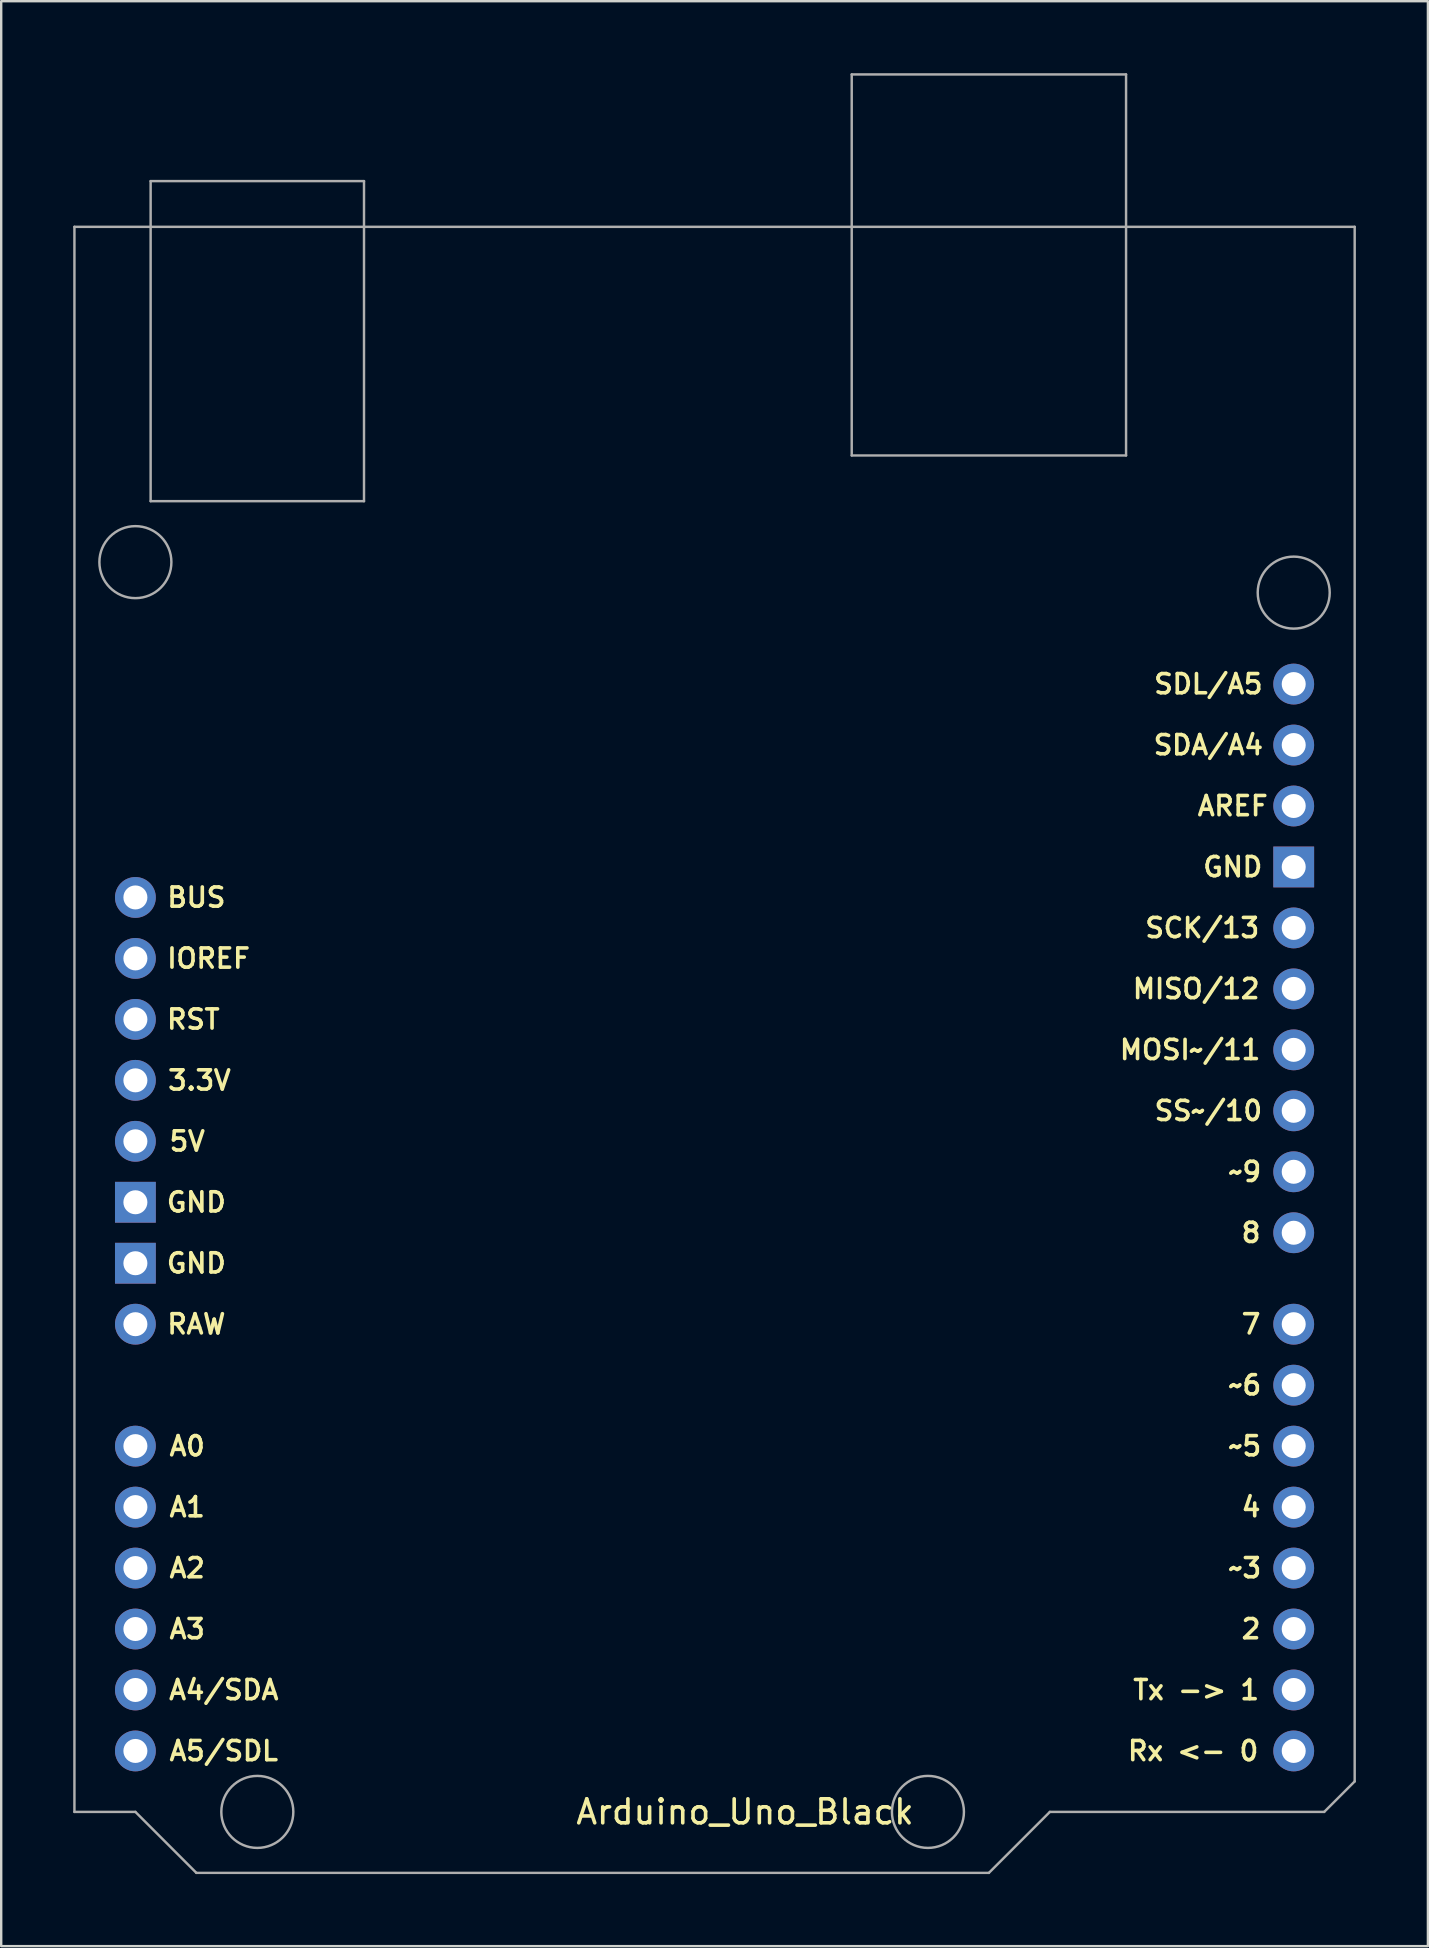
<source format=kicad_pcb>
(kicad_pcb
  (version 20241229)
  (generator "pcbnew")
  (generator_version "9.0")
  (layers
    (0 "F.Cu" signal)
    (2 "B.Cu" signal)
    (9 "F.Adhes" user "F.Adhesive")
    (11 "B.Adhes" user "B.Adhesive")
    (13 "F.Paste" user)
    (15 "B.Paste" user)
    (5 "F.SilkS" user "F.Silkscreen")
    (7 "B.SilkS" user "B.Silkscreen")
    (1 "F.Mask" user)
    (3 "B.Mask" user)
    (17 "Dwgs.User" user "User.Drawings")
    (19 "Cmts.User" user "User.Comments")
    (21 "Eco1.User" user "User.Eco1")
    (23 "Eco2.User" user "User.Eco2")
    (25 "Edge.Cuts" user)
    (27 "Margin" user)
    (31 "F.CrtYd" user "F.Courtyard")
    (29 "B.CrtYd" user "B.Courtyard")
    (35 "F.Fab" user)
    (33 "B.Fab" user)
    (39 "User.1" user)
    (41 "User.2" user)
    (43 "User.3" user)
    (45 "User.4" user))
  (footprint "Arduino_Uno_Black"
    (layer "F.Cu")
    (at 27.991 39.421)
    (property "Reference" "Arduino_Uno_Black" (at 0 33.02 0) (layer "F.SilkS") (effects (font (size 1 1) (thickness 0.15))))
    (attr through_hole)
    (fp_line (start -27.94 -33.02) (end -27.94 33.02) (stroke (width 0.102) (type solid)) (layer "F.Fab"))
    (fp_line (start -27.94 33.02) (end -25.4 33.02) (stroke (width 0.102) (type solid)) (layer "F.Fab"))
    (fp_line (start -25.4 33.02) (end -22.86 35.56) (stroke (width 0.102) (type solid)) (layer "F.Fab"))
    (fp_line (start -24.765 -34.925) (end -24.765 -21.59) (stroke (width 0.102) (type solid)) (layer "F.Fab"))
    (fp_line (start -24.765 -34.925) (end -15.875 -34.925) (stroke (width 0.102) (type solid)) (layer "F.Fab"))
    (fp_line (start -24.765 -21.59) (end -15.875 -21.59) (stroke (width 0.102) (type solid)) (layer "F.Fab"))
    (fp_line (start -22.86 35.56) (end 10.16 35.56) (stroke (width 0.102) (type solid)) (layer "F.Fab"))
    (fp_line (start -15.875 -34.925) (end -15.875 -21.59) (stroke (width 0.102) (type solid)) (layer "F.Fab"))
    (fp_line (start 4.445 -39.37) (end 4.445 -23.495) (stroke (width 0.102) (type solid)) (layer "F.Fab"))
    (fp_line (start 4.445 -39.37) (end 15.875 -39.37) (stroke (width 0.102) (type solid)) (layer "F.Fab"))
    (fp_line (start 4.445 -23.495) (end 15.875 -23.495) (stroke (width 0.102) (type solid)) (layer "F.Fab"))
    (fp_line (start 10.16 35.56) (end 12.7 33.02) (stroke (width 0.102) (type solid)) (layer "F.Fab"))
    (fp_line (start 12.7 33.02) (end 24.13 33.02) (stroke (width 0.102) (type solid)) (layer "F.Fab"))
    (fp_line (start 15.875 -39.37) (end 15.875 -23.495) (stroke (width 0.102) (type solid)) (layer "F.Fab"))
    (fp_line (start 24.13 33.02) (end 25.4 31.75) (stroke (width 0.102) (type solid)) (layer "F.Fab"))
    (fp_line (start 25.4 -33.02) (end -27.94 -33.02) (stroke (width 0.102) (type solid)) (layer "F.Fab"))
    (fp_line (start 25.4 31.75) (end 25.4 -33.02) (stroke (width 0.102) (type solid)) (layer "F.Fab"))
    (fp_circle (center -25.4 -19.05) (end -25.4 -17.55) (stroke (width 0.102) (type solid)) (fill no) (layer "F.Fab"))
    (fp_circle (center -20.32 33.02) (end -20.32 34.52) (stroke (width 0.102) (type solid)) (fill no) (layer "F.Fab"))
    (fp_circle (center 7.62 33.02) (end 7.62 34.52) (stroke (width 0.102) (type solid)) (fill no) (layer "F.Fab"))
    (fp_circle (center 22.86 -17.78) (end 22.86 -16.28) (stroke (width 0.102) (type solid)) (fill no) (layer "F.Fab"))
    (fp_text user "SCK/13" (at 19.05 -3.81 0) (layer "F.SilkS") (effects (font (size 0.8 0.8) (thickness 0.15))))
    (fp_text user "GND" (at -22.86 7.62 0) (layer "F.SilkS") (effects (font (size 0.8 0.8) (thickness 0.15))))
    (fp_text user "A4/SDA" (at -21.717 27.94 0) (layer "F.SilkS") (effects (font (size 0.8 0.8) (thickness 0.15))))
    (fp_text user "MOSI~/11" (at 18.542 1.27 0) (layer "F.SilkS") (effects (font (size 0.8 0.8) (thickness 0.15))))
    (fp_text user "8" (at 21.082 8.89 0) (layer "F.SilkS") (effects (font (size 0.8 0.8) (thickness 0.15))))
    (fp_text user "~5" (at 20.828 17.78 0) (layer "F.SilkS") (effects (font (size 0.8 0.8) (thickness 0.15))))
    (fp_text user "~9" (at 20.828 6.35 0) (layer "F.SilkS") (effects (font (size 0.8 0.8) (thickness 0.15))))
    (fp_text user "GND" (at -22.86 10.16 0) (layer "F.SilkS") (effects (font (size 0.8 0.8) (thickness 0.15))))
    (fp_text user "2" (at 21.082 25.4 0) (layer "F.SilkS") (effects (font (size 0.8 0.8) (thickness 0.15))))
    (fp_text user "IOREF" (at -22.352 -2.54 0) (layer "F.SilkS") (effects (font (size 0.8 0.8) (thickness 0.15))))
    (fp_text user "4" (at 21.082 20.32 0) (layer "F.SilkS") (effects (font (size 0.8 0.8) (thickness 0.15))))
    (fp_text user "SDL/A5" (at 19.304 -13.97 0) (layer "F.SilkS") (effects (font (size 0.8 0.8) (thickness 0.15))))
    (fp_text user "SDA/A4" (at 19.304 -11.43 0) (layer "F.SilkS") (effects (font (size 0.8 0.8) (thickness 0.15))))
    (fp_text user "7" (at 21.082 12.7 0) (layer "F.SilkS") (effects (font (size 0.8 0.8) (thickness 0.15))))
    (fp_text user "RST" (at -22.987 0 0) (layer "F.SilkS") (effects (font (size 0.8 0.8) (thickness 0.15))))
    (fp_text user "Tx -> 1" (at 18.796 27.94 0) (layer "F.SilkS") (effects (font (size 0.8 0.8) (thickness 0.15))))
    (fp_text user "A2" (at -23.241 22.86 0) (layer "F.SilkS") (effects (font (size 0.8 0.8) (thickness 0.15))))
    (fp_text user "5V" (at -23.241 5.08 0) (layer "F.SilkS") (effects (font (size 0.8 0.8) (thickness 0.15))))
    (fp_text user "3.3V" (at -22.733 2.54 0) (layer "F.SilkS") (effects (font (size 0.8 0.8) (thickness 0.15))))
    (fp_text user "A1" (at -23.241 20.32 0) (layer "F.SilkS") (effects (font (size 0.8 0.8) (thickness 0.15))))
    (fp_text user "SS~/10" (at 19.304 3.81 0) (layer "F.SilkS") (effects (font (size 0.8 0.8) (thickness 0.15))))
    (fp_text user "AREF" (at 20.32 -8.89 0) (layer "F.SilkS") (effects (font (size 0.8 0.8) (thickness 0.15))))
    (fp_text user "MISO/12" (at 18.796 -1.27 0) (layer "F.SilkS") (effects (font (size 0.8 0.8) (thickness 0.15))))
    (fp_text user "A3" (at -23.241 25.4 0) (layer "F.SilkS") (effects (font (size 0.8 0.8) (thickness 0.15))))
    (fp_text user "RAW" (at -22.86 12.7 0) (layer "F.SilkS") (effects (font (size 0.8 0.8) (thickness 0.15))))
    (fp_text user "A0" (at -23.241 17.78 0) (layer "F.SilkS") (effects (font (size 0.8 0.8) (thickness 0.15))))
    (fp_text user "~6" (at 20.828 15.24 0) (layer "F.SilkS") (effects (font (size 0.8 0.8) (thickness 0.15))))
    (fp_text user "~3" (at 20.828 22.86 0) (layer "F.SilkS") (effects (font (size 0.8 0.8) (thickness 0.15))))
    (fp_text user "A5/SDL" (at -21.717 30.48 0) (layer "F.SilkS") (effects (font (size 0.8 0.8) (thickness 0.15))))
    (fp_text user "GND" (at 20.32 -6.35 0) (layer "F.SilkS") (effects (font (size 0.8 0.8) (thickness 0.15))))
    (fp_text user "Rx <- 0" (at 18.669 30.48 0) (layer "F.SilkS") (effects (font (size 0.8 0.8) (thickness 0.15))))
    (fp_text user "BUS" (at -22.86 -5.08 0) (layer "F.SilkS") (effects (font (size 0.8 0.8) (thickness 0.15))))
    (pad "1" thru_hole circle (at 22.86 22.86 270) (size 1.7 1.7) (drill 1) (layers "*.Cu" "*.Mask"))
    (pad "2" thru_hole circle (at 22.86 20.32 270) (size 1.7 1.7) (drill 1) (layers "*.Cu" "*.Mask"))
    (pad "3" thru_hole rect (at -25.4 7.62 270) (size 1.7 1.7) (drill 1) (layers "*.Cu" "*.Mask"))
    (pad "5" thru_hole rect (at -25.4 10.16 270) (size 1.7 1.7) (drill 1) (layers "*.Cu" "*.Mask"))
    (pad "6" thru_hole circle (at -25.4 5.08 270) (size 1.7 1.7) (drill 1) (layers "*.Cu" "*.Mask"))
    (pad "9" thru_hole circle (at 22.86 17.78 270) (size 1.7 1.7) (drill 1) (layers "*.Cu" "*.Mask"))
    (pad "10" thru_hole circle (at 22.86 15.24 270) (size 1.7 1.7) (drill 1) (layers "*.Cu" "*.Mask"))
    (pad "11" thru_hole circle (at 22.86 12.7 270) (size 1.7 1.7) (drill 1) (layers "*.Cu" "*.Mask"))
    (pad "12" thru_hole circle (at 22.86 8.89 270) (size 1.7 1.7) (drill 1) (layers "*.Cu" "*.Mask"))
    (pad "13" thru_hole circle (at 22.86 6.35 270) (size 1.7 1.7) (drill 1) (layers "*.Cu" "*.Mask"))
    (pad "14" thru_hole circle (at 22.86 3.81 270) (size 1.7 1.7) (drill 1) (layers "*.Cu" "*.Mask"))
    (pad "15" thru_hole circle (at 22.86 1.27 270) (size 1.7 1.7) (drill 1) (layers "*.Cu" "*.Mask"))
    (pad "16" thru_hole circle (at 22.86 -1.27 270) (size 1.7 1.7) (drill 1) (layers "*.Cu" "*.Mask"))
    (pad "17" thru_hole circle (at 22.86 -3.81 270) (size 1.7 1.7) (drill 1) (layers "*.Cu" "*.Mask"))
    (pad "20" thru_hole circle (at 22.86 -8.89 270) (size 1.7 1.7) (drill 1) (layers "*.Cu" "*.Mask"))
    (pad "21" thru_hole rect (at 22.86 -6.35 270) (size 1.7 1.7) (drill 1) (layers "*.Cu" "*.Mask"))
    (pad "23" thru_hole circle (at -25.4 17.78 270) (size 1.7 1.7) (drill 1) (layers "*.Cu" "*.Mask"))
    (pad "24" thru_hole circle (at -25.4 20.32 270) (size 1.7 1.7) (drill 1) (layers "*.Cu" "*.Mask"))
    (pad "25" thru_hole circle (at -25.4 22.86 270) (size 1.7 1.7) (drill 1) (layers "*.Cu" "*.Mask"))
    (pad "26" thru_hole circle (at -25.4 25.4 270) (size 1.7 1.7) (drill 1) (layers "*.Cu" "*.Mask"))
    (pad "27" thru_hole circle (at -25.4 27.94 270) (size 1.7 1.7) (drill 1) (layers "*.Cu" "*.Mask"))
    (pad "27" thru_hole circle (at 22.86 -11.43 270) (size 1.7 1.7) (drill 1) (layers "*.Cu" "*.Mask"))
    (pad "28" thru_hole circle (at -25.4 30.48 270) (size 1.7 1.7) (drill 1) (layers "*.Cu" "*.Mask"))
    (pad "28" thru_hole circle (at 22.86 -13.97 270) (size 1.7 1.7) (drill 1) (layers "*.Cu" "*.Mask"))
    (pad "29" thru_hole circle (at -25.4 0 270) (size 1.7 1.7) (drill 1) (layers "*.Cu" "*.Mask"))
    (pad "30" thru_hole circle (at 22.86 30.48 270) (size 1.7 1.7) (drill 1) (layers "*.Cu" "*.Mask"))
    (pad "31" thru_hole circle (at 22.86 27.94 270) (size 1.7 1.7) (drill 1) (layers "*.Cu" "*.Mask"))
    (pad "32" thru_hole circle (at 22.86 25.4 270) (size 1.7 1.7) (drill 1) (layers "*.Cu" "*.Mask"))
    (pad "90" thru_hole circle (at -25.4 -5.08 270) (size 1.7 1.7) (drill 1) (layers "*.Cu" "*.Mask"))
    (pad "94" thru_hole circle (at -25.4 2.54 270) (size 1.7 1.7) (drill 1) (layers "*.Cu" "*.Mask"))
    (pad "96" thru_hole circle (at -25.4 -2.54 270) (size 1.7 1.7) (drill 1) (layers "*.Cu" "*.Mask"))
    (pad "99" thru_hole circle (at -25.4 12.7 270) (size 1.7 1.7) (drill 1) (layers "*.Cu" "*.Mask")))
  (gr_rect
    (start -3 -3)
    (end 56.442 78.032)
    (stroke (width 0.1) (type default))
    (fill no)
    (layer "Edge.Cuts")))
</source>
